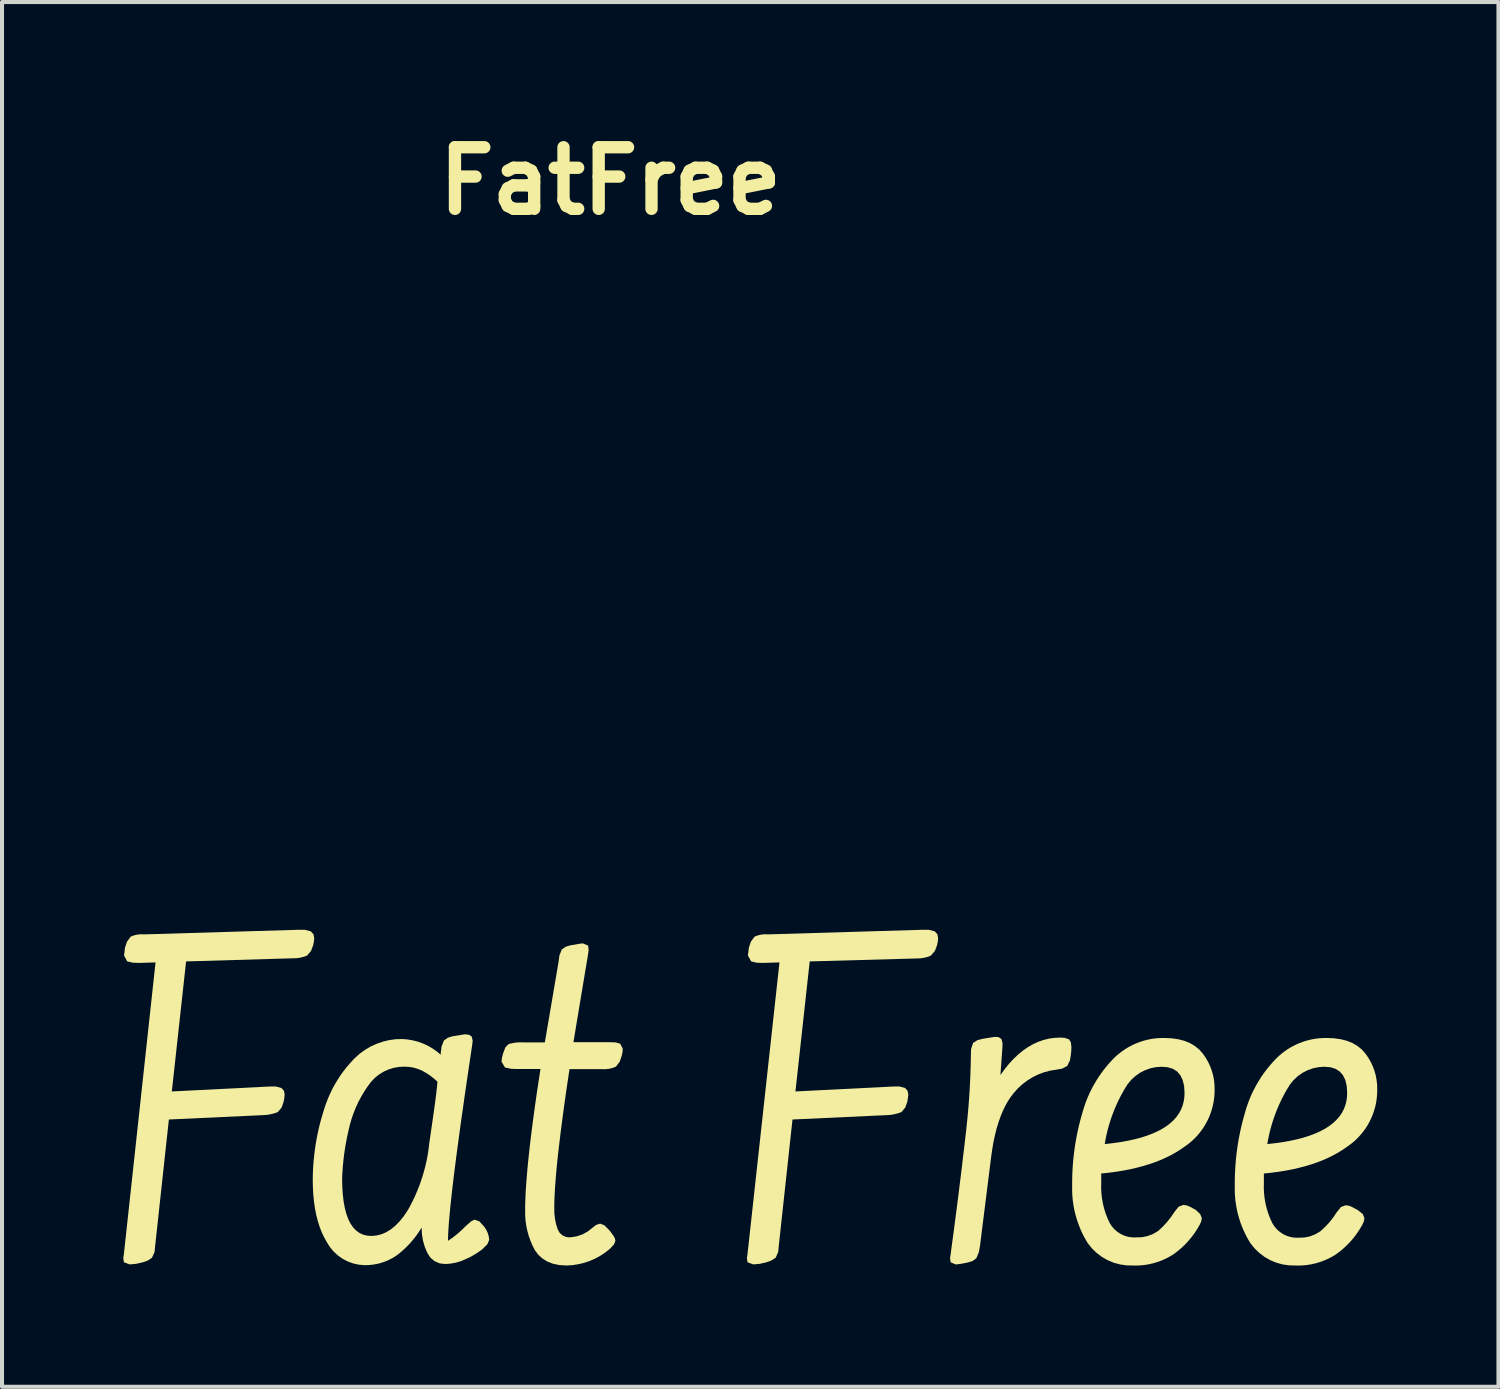
<source format=kicad_pcb>
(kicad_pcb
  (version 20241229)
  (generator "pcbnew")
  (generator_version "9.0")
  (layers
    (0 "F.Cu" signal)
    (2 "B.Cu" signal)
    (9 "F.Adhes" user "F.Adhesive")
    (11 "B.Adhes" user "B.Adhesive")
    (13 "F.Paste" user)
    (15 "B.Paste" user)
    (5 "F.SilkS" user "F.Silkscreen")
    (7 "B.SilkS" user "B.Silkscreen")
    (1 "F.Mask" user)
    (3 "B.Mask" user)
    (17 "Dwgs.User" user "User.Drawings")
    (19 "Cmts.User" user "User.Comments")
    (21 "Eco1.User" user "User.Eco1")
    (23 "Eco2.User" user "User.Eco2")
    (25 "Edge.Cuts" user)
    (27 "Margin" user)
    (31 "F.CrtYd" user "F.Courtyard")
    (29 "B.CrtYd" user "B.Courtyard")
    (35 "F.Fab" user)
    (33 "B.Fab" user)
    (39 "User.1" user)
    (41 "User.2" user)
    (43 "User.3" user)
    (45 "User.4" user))
  (footprint "FatFree"
    (layer "F.Cu")
    (at 12.052 22.839)
    (property "Reference" "FatFree" (at 0 -21.412 0) (layer "F.SilkS") (effects (font (size 1.524 1.524) (thickness 0.305))))
    (attr exclude_from_pos_files exclude_from_bom)
    (fp_poly (pts (xy -7.414 -2.848) (xy -7.347 -2.775) (xy -7.328 -2.678) (xy -7.337 -2.593) (xy -7.353 -2.509) (xy -7.406 -2.365) (xy -7.505 -2.248) (xy -7.592 -2.217) (xy -7.681 -2.195) (xy -7.772 -2.183) (xy -7.864 -2.181) (xy -10.498 -2.104) (xy -10.851 1.113) (xy -8.437 0.991) (xy -8.285 0.989) (xy -8.139 1.028) (xy -8.077 1.096) (xy -8.059 1.186) (xy -8.069 1.278) (xy -8.085 1.369) (xy -8.134 1.51) (xy -8.23 1.624) (xy -8.319 1.655) (xy -8.41 1.678) (xy -8.502 1.693) (xy -8.596 1.699) (xy -10.924 1.807) (xy -11.263 4.93) (xy -11.278 5.085) (xy -11.342 5.228) (xy -11.454 5.3) (xy -11.58 5.343) (xy -11.736 5.378) (xy -11.896 5.392) (xy -12.037 5.338) (xy -12.052 5.237) (xy -12.037 5.136) (xy -11.254 -2.079) (xy -11.656 -2.067) (xy -11.807 -2.071) (xy -11.955 -2.104) (xy -12.033 -2.25) (xy -12.01 -2.445) (xy -11.96 -2.592) (xy -11.869 -2.717) (xy -11.788 -2.748) (xy -11.704 -2.768) (xy -11.617 -2.776) (xy -11.53 -2.773) (xy -7.705 -2.887) (xy -7.557 -2.886) (xy -7.414 -2.848)) (stroke (width 0) (type solid)) (fill yes) (layer "F.SilkS"))
    (fp_poly (pts (xy 8.022 -2.848) (xy 8.089 -2.775) (xy 8.107 -2.678) (xy 8.098 -2.593) (xy 8.082 -2.509) (xy 8.027 -2.363) (xy 7.924 -2.245) (xy 7.837 -2.213) (xy 7.748 -2.192) (xy 7.656 -2.179) (xy 7.564 -2.177) (xy 4.93 -2.104) (xy 4.577 1.113) (xy 6.991 0.991) (xy 7.143 0.989) (xy 7.289 1.028) (xy 7.351 1.096) (xy 7.369 1.186) (xy 7.359 1.278) (xy 7.345 1.369) (xy 7.294 1.51) (xy 7.198 1.624) (xy 7.109 1.655) (xy 7.018 1.678) (xy 6.926 1.693) (xy 6.832 1.699) (xy 4.504 1.807) (xy 4.165 4.93) (xy 4.15 5.085) (xy 4.087 5.228) (xy 3.974 5.299) (xy 3.848 5.343) (xy 3.692 5.378) (xy 3.532 5.392) (xy 3.391 5.338) (xy 3.376 5.237) (xy 3.391 5.136) (xy 4.182 -2.079) (xy 3.779 -2.067) (xy 3.628 -2.071) (xy 3.481 -2.104) (xy 3.401 -2.25) (xy 3.425 -2.445) (xy 3.474 -2.592) (xy 3.566 -2.717) (xy 3.647 -2.748) (xy 3.731 -2.768) (xy 3.818 -2.776) (xy 3.904 -2.773) (xy 7.73 -2.887) (xy 7.878 -2.886) (xy 8.022 -2.848)) (stroke (width 0) (type solid)) (fill yes) (layer "F.SilkS"))
    (fp_poly (pts (xy 9.143 4.931) (xy 9.114 5.091) (xy 9.052 5.241) (xy 8.954 5.31) (xy 8.839 5.345) (xy 8.693 5.374) (xy 8.546 5.394) (xy 8.417 5.34) (xy 8.402 5.239) (xy 8.417 5.138) (xy 8.442 4.948) (xy 8.467 4.762) (xy 8.492 4.579) (xy 8.515 4.399) (xy 8.538 4.223) (xy 8.561 4.05) (xy 8.583 3.88) (xy 8.604 3.713) (xy 8.624 3.549) (xy 8.644 3.389) (xy 8.664 3.232) (xy 8.683 3.078) (xy 8.701 2.928) (xy 8.718 2.78) (xy 8.735 2.636) (xy 8.752 2.496) (xy 8.768 2.358) (xy 8.783 2.224) (xy 8.798 2.099) (xy 8.811 1.975) (xy 8.824 1.85) (xy 8.837 1.725) (xy 8.848 1.601) (xy 8.859 1.476) (xy 8.868 1.351) (xy 8.877 1.226) (xy 8.885 1.101) (xy 8.892 0.975) (xy 8.898 0.85) (xy 8.904 0.725) (xy 8.908 0.6) (xy 8.912 0.475) (xy 8.915 0.349) (xy 8.917 0.224) (xy 8.922 0.065) (xy 8.971 -0.086) (xy 9.082 -0.157) (xy 9.209 -0.189) (xy 9.434 -0.226) (xy 9.526 -0.238) (xy 9.606 -0.229) (xy 9.673 -0.184) (xy 9.701 -0.079) (xy 9.697 0.029) (xy 9.648 0.707) (xy 9.755 0.559) (xy 9.865 0.424) (xy 9.978 0.302) (xy 10.094 0.193) (xy 10.213 0.096) (xy 10.334 0.013) (xy 10.459 -0.058) (xy 10.586 -0.116) (xy 10.716 -0.161) (xy 10.849 -0.194) (xy 10.984 -0.213) (xy 11.123 -0.22) (xy 11.236 -0.213) (xy 11.343 -0.177) (xy 11.389 -0.109) (xy 11.404 0.012) (xy 11.401 0.104) (xy 11.392 0.195) (xy 11.368 0.345) (xy 11.301 0.481) (xy 11.177 0.548) (xy 11.038 0.573) (xy 10.885 0.597) (xy 10.735 0.636) (xy 10.59 0.69) (xy 10.451 0.757) (xy 10.319 0.838) (xy 10.195 0.931) (xy 10.081 1.036) (xy 9.978 1.152) (xy 9.903 1.249) (xy 9.832 1.356) (xy 9.766 1.473) (xy 9.706 1.599) (xy 9.65 1.735) (xy 9.599 1.881) (xy 9.552 2.036) (xy 9.511 2.202) (xy 9.474 2.377) (xy 9.443 2.561) (xy 9.416 2.755) (xy 9.143 4.931)) (stroke (width 0) (type solid)) (fill yes) (layer "F.SilkS"))
    (fp_poly (pts (xy 0.243 -0.067) (xy 0.304 0.055) (xy 0.299 0.14) (xy 0.281 0.224) (xy 0.231 0.374) (xy 0.135 0.5) (xy 0.048 0.533) (xy -0.041 0.554) (xy -0.133 0.563) (xy -0.226 0.561) (xy -1.013 0.561) (xy -1.048 0.795) (xy -1.081 1.021) (xy -1.113 1.241) (xy -1.143 1.454) (xy -1.171 1.659) (xy -1.197 1.857) (xy -1.222 2.049) (xy -1.245 2.233) (xy -1.266 2.41) (xy -1.286 2.58) (xy -1.304 2.742) (xy -1.32 2.898) (xy -1.335 3.047) (xy -1.347 3.188) (xy -1.358 3.323) (xy -1.368 3.45) (xy -1.375 3.57) (xy -1.381 3.683) (xy -1.386 3.789) (xy -1.388 3.888) (xy -1.389 3.98) (xy -1.388 4.119) (xy -1.373 4.258) (xy -1.345 4.395) (xy -1.303 4.528) (xy -1.255 4.612) (xy -1.183 4.676) (xy -1.094 4.715) (xy -0.998 4.723) (xy -0.844 4.7) (xy -0.696 4.651) (xy -0.559 4.576) (xy -0.437 4.479) (xy -0.354 4.415) (xy -0.255 4.383) (xy -0.148 4.425) (xy -0.023 4.552) (xy 0.031 4.621) (xy 0.081 4.693) (xy 0.11 4.748) (xy 0.123 4.809) (xy 0.09 4.894) (xy -0.011 5.004) (xy -0.126 5.096) (xy -0.248 5.177) (xy -0.377 5.247) (xy -0.511 5.306) (xy -0.65 5.353) (xy -0.793 5.387) (xy -0.938 5.41) (xy -1.084 5.419) (xy -1.262 5.408) (xy -1.421 5.375) (xy -1.561 5.321) (xy -1.682 5.247) (xy -1.785 5.153) (xy -1.87 5.04) (xy -1.928 4.926) (xy -1.978 4.808) (xy -2.021 4.687) (xy -2.055 4.564) (xy -2.082 4.438) (xy -2.1 4.312) (xy -2.109 4.184) (xy -2.11 4.056) (xy -2.11 3.952) (xy -2.107 3.842) (xy -2.103 3.725) (xy -2.097 3.603) (xy -2.089 3.474) (xy -2.079 3.338) (xy -2.068 3.197) (xy -2.055 3.049) (xy -2.041 2.895) (xy -2.024 2.735) (xy -2.006 2.568) (xy -1.987 2.395) (xy -1.965 2.216) (xy -1.942 2.031) (xy -1.917 1.839) (xy -1.89 1.641) (xy -1.862 1.437) (xy -1.832 1.227) (xy -1.8 1.01) (xy -1.766 0.787) (xy -1.731 0.558) (xy -2.305 0.558) (xy -2.459 0.553) (xy -2.61 0.52) (xy -2.695 0.375) (xy -2.683 0.276) (xy -2.659 0.18) (xy -2.599 0.022) (xy -2.519 -0.059) (xy -2.427 -0.082) (xy -2.334 -0.097) (xy -2.24 -0.103) (xy -2.146 -0.101) (xy -1.623 -0.101) (xy -1.284 -2.089) (xy -1.263 -2.249) (xy -1.205 -2.399) (xy -1.106 -2.468) (xy -0.991 -2.502) (xy -0.769 -2.54) (xy -0.686 -2.551) (xy -0.553 -2.497) (xy -0.539 -2.391) (xy -0.553 -2.284) (xy -0.578 -2.131) (xy -0.604 -1.977) (xy -0.63 -1.823) (xy -0.655 -1.669) (xy -0.681 -1.514) (xy -0.707 -1.359) (xy -0.733 -1.204) (xy -0.759 -1.048) (xy -0.785 -0.892) (xy -0.811 -0.735) (xy -0.837 -0.578) (xy -0.863 -0.421) (xy -0.889 -0.263) (xy -0.915 -0.105) (xy 0.011 -0.105) (xy 0.13 -0.1) (xy 0.243 -0.067)) (stroke (width 0) (type solid)) (fill yes) (layer "F.SilkS"))
    (fp_poly (pts (xy 14.63 4.247) (xy 14.615 4.33) (xy 14.581 4.406) (xy 14.518 4.515) (xy 14.449 4.62) (xy 14.374 4.721) (xy 14.293 4.817) (xy 14.206 4.909) (xy 14.115 4.995) (xy 14.018 5.075) (xy 13.917 5.15) (xy 13.806 5.215) (xy 13.69 5.272) (xy 13.57 5.321) (xy 13.446 5.359) (xy 13.321 5.389) (xy 13.193 5.409) (xy 13.064 5.419) (xy 12.935 5.419) (xy 12.771 5.416) (xy 12.609 5.393) (xy 12.451 5.35) (xy 12.299 5.287) (xy 12.157 5.205) (xy 12.026 5.106) (xy 11.909 4.992) (xy 11.807 4.864) (xy 11.759 4.784) (xy 11.714 4.702) (xy 11.672 4.619) (xy 11.633 4.534) (xy 11.598 4.447) (xy 11.565 4.36) (xy 11.536 4.271) (xy 11.51 4.182) (xy 11.487 4.091) (xy 11.468 4) (xy 11.452 3.908) (xy 11.439 3.816) (xy 11.43 3.723) (xy 11.424 3.63) (xy 11.422 3.536) (xy 11.423 3.443) (xy 11.423 3.328) (xy 11.425 3.213) (xy 11.429 3.098) (xy 11.436 2.983) (xy 11.444 2.868) (xy 11.455 2.753) (xy 11.468 2.639) (xy 11.483 2.525) (xy 11.5 2.411) (xy 11.52 2.297) (xy 11.541 2.184) (xy 11.565 2.072) (xy 11.59 1.959) (xy 11.618 1.848) (xy 11.648 1.737) (xy 11.68 1.626) (xy 11.708 1.533) (xy 11.738 1.441) (xy 11.771 1.35) (xy 11.807 1.26) (xy 11.846 1.172) (xy 11.888 1.084) (xy 11.932 0.998) (xy 11.98 0.914) (xy 12.029 0.831) (xy 12.082 0.749) (xy 12.137 0.669) (xy 12.194 0.591) (xy 12.254 0.515) (xy 12.316 0.441) (xy 12.38 0.369) (xy 12.447 0.298) (xy 12.51 0.238) (xy 12.576 0.182) (xy 12.645 0.128) (xy 12.716 0.078) (xy 12.79 0.032) (xy 12.866 -0.01) (xy 12.944 -0.049) (xy 13.024 -0.084) (xy 13.105 -0.114) (xy 13.188 -0.141) (xy 13.272 -0.163) (xy 13.357 -0.181) (xy 13.443 -0.195) (xy 13.53 -0.204) (xy 13.617 -0.209) (xy 13.704 -0.21) (xy 13.884 -0.202) (xy 14.049 -0.178) (xy 14.2 -0.139) (xy 14.336 -0.084) (xy 14.456 -0.013) (xy 14.562 0.073) (xy 14.654 0.175) (xy 14.722 0.272) (xy 14.782 0.374) (xy 14.833 0.481) (xy 14.875 0.592) (xy 14.908 0.706) (xy 14.931 0.822) (xy 14.943 0.94) (xy 14.947 1.059) (xy 14.945 1.163) (xy 14.937 1.267) (xy 14.922 1.371) (xy 14.901 1.473) (xy 14.874 1.574) (xy 14.84 1.673) (xy 14.801 1.77) (xy 14.755 1.864) (xy 14.704 1.955) (xy 14.647 2.042) (xy 14.585 2.126) (xy 14.518 2.206) (xy 14.446 2.282) (xy 14.369 2.353) (xy 14.288 2.419) (xy 14.203 2.479) (xy 14.094 2.555) (xy 13.979 2.626) (xy 13.858 2.693) (xy 13.731 2.756) (xy 13.279 2.205) (xy 13.416 2.153) (xy 13.541 2.096) (xy 13.656 2.035) (xy 13.76 1.968) (xy 13.853 1.896) (xy 13.935 1.82) (xy 14.006 1.739) (xy 14.066 1.653) (xy 14.116 1.562) (xy 14.154 1.466) (xy 14.181 1.365) (xy 14.198 1.259) (xy 14.203 1.149) (xy 14.192 0.977) (xy 14.157 0.831) (xy 14.1 0.713) (xy 14.02 0.62) (xy 13.917 0.554) (xy 13.791 0.515) (xy 13.643 0.502) (xy 13.501 0.511) (xy 13.362 0.539) (xy 13.228 0.586) (xy 13.101 0.651) (xy 12.985 0.733) (xy 12.881 0.829) (xy 12.791 0.939) (xy 12.716 1.06) (xy 12.671 1.139) (xy 12.628 1.218) (xy 12.587 1.299) (xy 12.547 1.38) (xy 12.51 1.463) (xy 12.474 1.546) (xy 12.441 1.63) (xy 12.409 1.715) (xy 12.379 1.8) (xy 12.352 1.887) (xy 12.326 1.973) (xy 12.302 2.061) (xy 12.281 2.149) (xy 12.261 2.237) (xy 12.244 2.326) (xy 12.229 2.415) (xy 12.431 2.392) (xy 12.622 2.365) (xy 12.803 2.332) (xy 12.973 2.295) (xy 13.131 2.253) (xy 13.279 2.205) (xy 13.731 2.756) (xy 13.598 2.814) (xy 13.46 2.868) (xy 13.315 2.917) (xy 13.165 2.962) (xy 13.009 3.003) (xy 12.848 3.04) (xy 12.68 3.072) (xy 12.507 3.1) (xy 12.327 3.124) (xy 12.142 3.143) (xy 12.142 3.379) (xy 12.14 3.506) (xy 12.146 3.633) (xy 12.161 3.76) (xy 12.183 3.886) (xy 12.213 4.009) (xy 12.251 4.131) (xy 12.297 4.25) (xy 12.351 4.366) (xy 12.404 4.449) (xy 12.468 4.523) (xy 12.542 4.587) (xy 12.625 4.64) (xy 12.714 4.681) (xy 12.809 4.709) (xy 12.906 4.723) (xy 13.004 4.723) (xy 13.148 4.719) (xy 13.289 4.69) (xy 13.424 4.639) (xy 13.548 4.566) (xy 13.663 4.459) (xy 13.77 4.344) (xy 13.868 4.22) (xy 13.956 4.09) (xy 14.059 3.963) (xy 14.174 3.92) (xy 14.25 3.93) (xy 14.322 3.958) (xy 14.479 4.042) (xy 14.591 4.147) (xy 14.63 4.247)) (stroke (width 0) (type solid)) (fill yes) (layer "F.SilkS"))
    (fp_poly (pts (xy 18.653 4.247) (xy 18.639 4.33) (xy 18.604 4.406) (xy 18.541 4.515) (xy 18.472 4.62) (xy 18.397 4.721) (xy 18.316 4.817) (xy 18.229 4.908) (xy 18.138 4.994) (xy 18.041 5.075) (xy 17.94 5.15) (xy 17.829 5.215) (xy 17.713 5.272) (xy 17.593 5.32) (xy 17.47 5.359) (xy 17.344 5.389) (xy 17.216 5.409) (xy 17.087 5.419) (xy 16.958 5.419) (xy 16.794 5.416) (xy 16.632 5.393) (xy 16.474 5.35) (xy 16.323 5.287) (xy 16.181 5.205) (xy 16.05 5.106) (xy 15.932 4.992) (xy 15.83 4.864) (xy 15.782 4.784) (xy 15.737 4.702) (xy 15.696 4.619) (xy 15.657 4.534) (xy 15.621 4.447) (xy 15.588 4.36) (xy 15.559 4.271) (xy 15.533 4.182) (xy 15.51 4.091) (xy 15.491 4) (xy 15.475 3.908) (xy 15.462 3.816) (xy 15.453 3.723) (xy 15.447 3.63) (xy 15.445 3.536) (xy 15.446 3.443) (xy 15.446 3.328) (xy 15.448 3.213) (xy 15.453 3.098) (xy 15.459 2.983) (xy 15.468 2.868) (xy 15.478 2.753) (xy 15.491 2.639) (xy 15.506 2.525) (xy 15.523 2.411) (xy 15.542 2.298) (xy 15.564 2.185) (xy 15.587 2.072) (xy 15.613 1.96) (xy 15.64 1.848) (xy 15.67 1.737) (xy 15.702 1.626) (xy 15.729 1.533) (xy 15.76 1.441) (xy 15.793 1.35) (xy 15.829 1.26) (xy 15.868 1.172) (xy 15.91 1.084) (xy 15.955 0.998) (xy 16.002 0.914) (xy 16.052 0.831) (xy 16.104 0.749) (xy 16.159 0.669) (xy 16.217 0.591) (xy 16.277 0.515) (xy 16.339 0.441) (xy 16.404 0.369) (xy 16.471 0.298) (xy 16.533 0.238) (xy 16.599 0.182) (xy 16.668 0.128) (xy 16.739 0.078) (xy 16.813 0.032) (xy 16.889 -0.01) (xy 16.967 -0.049) (xy 17.047 -0.084) (xy 17.128 -0.114) (xy 17.211 -0.141) (xy 17.295 -0.163) (xy 17.381 -0.181) (xy 17.467 -0.195) (xy 17.553 -0.204) (xy 17.64 -0.209) (xy 17.727 -0.21) (xy 17.907 -0.202) (xy 18.073 -0.178) (xy 18.223 -0.139) (xy 18.359 -0.084) (xy 18.48 -0.013) (xy 18.586 0.073) (xy 18.677 0.175) (xy 18.745 0.272) (xy 18.805 0.374) (xy 18.856 0.481) (xy 18.898 0.592) (xy 18.931 0.706) (xy 18.953 0.822) (xy 18.967 0.94) (xy 18.97 1.059) (xy 18.968 1.163) (xy 18.96 1.267) (xy 18.946 1.371) (xy 18.925 1.473) (xy 18.897 1.574) (xy 18.864 1.673) (xy 18.824 1.77) (xy 18.779 1.864) (xy 18.727 1.955) (xy 18.671 2.042) (xy 18.608 2.126) (xy 18.541 2.206) (xy 18.469 2.282) (xy 18.392 2.353) (xy 18.311 2.419) (xy 18.226 2.479) (xy 18.117 2.555) (xy 18.002 2.626) (xy 17.881 2.693) (xy 17.754 2.756) (xy 17.301 2.205) (xy 17.438 2.153) (xy 17.564 2.096) (xy 17.679 2.035) (xy 17.783 1.968) (xy 17.876 1.896) (xy 17.958 1.82) (xy 18.029 1.739) (xy 18.09 1.653) (xy 18.139 1.562) (xy 18.177 1.466) (xy 18.205 1.365) (xy 18.221 1.259) (xy 18.226 1.149) (xy 18.215 0.977) (xy 18.181 0.831) (xy 18.123 0.713) (xy 18.043 0.62) (xy 17.94 0.554) (xy 17.814 0.515) (xy 17.666 0.502) (xy 17.524 0.511) (xy 17.385 0.539) (xy 17.251 0.586) (xy 17.124 0.651) (xy 17.007 0.733) (xy 16.903 0.829) (xy 16.813 0.939) (xy 16.738 1.06) (xy 16.693 1.139) (xy 16.65 1.219) (xy 16.609 1.299) (xy 16.57 1.381) (xy 16.532 1.463) (xy 16.497 1.546) (xy 16.463 1.631) (xy 16.432 1.715) (xy 16.402 1.801) (xy 16.374 1.887) (xy 16.349 1.974) (xy 16.325 2.061) (xy 16.303 2.149) (xy 16.284 2.237) (xy 16.266 2.326) (xy 16.25 2.415) (xy 16.453 2.392) (xy 16.644 2.365) (xy 16.825 2.332) (xy 16.995 2.295) (xy 17.154 2.253) (xy 17.301 2.205) (xy 17.754 2.756) (xy 17.622 2.814) (xy 17.483 2.868) (xy 17.339 2.917) (xy 17.189 2.962) (xy 17.033 3.003) (xy 16.871 3.04) (xy 16.703 3.072) (xy 16.53 3.1) (xy 16.351 3.124) (xy 16.166 3.143) (xy 16.166 3.379) (xy 16.164 3.506) (xy 16.17 3.633) (xy 16.184 3.76) (xy 16.206 3.885) (xy 16.236 4.009) (xy 16.274 4.131) (xy 16.319 4.25) (xy 16.372 4.366) (xy 16.424 4.449) (xy 16.488 4.524) (xy 16.561 4.589) (xy 16.643 4.643) (xy 16.731 4.685) (xy 16.824 4.714) (xy 16.921 4.73) (xy 17.019 4.732) (xy 17.163 4.727) (xy 17.303 4.699) (xy 17.437 4.647) (xy 17.561 4.574) (xy 17.677 4.468) (xy 17.785 4.353) (xy 17.883 4.229) (xy 17.971 4.098) (xy 18.074 3.971) (xy 18.189 3.929) (xy 18.265 3.939) (xy 18.337 3.966) (xy 18.494 4.051) (xy 18.614 4.148) (xy 18.653 4.247)) (stroke (width 0) (type solid)) (fill yes) (layer "F.SilkS"))
    (fp_poly (pts (xy -3.121 4.461) (xy -3.073 4.534) (xy -3.036 4.613) (xy -3.011 4.697) (xy -2.999 4.784) (xy -3.044 4.893) (xy -3.177 5.023) (xy -3.278 5.095) (xy -3.382 5.161) (xy -3.491 5.22) (xy -3.604 5.272) (xy -3.719 5.318) (xy -3.839 5.352) (xy -3.961 5.373) (xy -4.085 5.382) (xy -4.222 5.367) (xy -4.35 5.313) (xy -4.455 5.224) (xy -4.53 5.108) (xy -4.593 4.958) (xy -4.638 4.802) (xy -4.664 4.642) (xy -4.671 4.479) (xy -4.733 4.579) (xy -4.8 4.676) (xy -4.873 4.769) (xy -4.949 4.859) (xy -5.03 4.944) (xy -5.115 5.026) (xy -5.204 5.103) (xy -5.297 5.175) (xy -5.386 5.231) (xy -5.478 5.279) (xy -5.574 5.32) (xy -5.673 5.354) (xy -5.774 5.38) (xy -5.877 5.398) (xy -5.98 5.408) (xy -6.085 5.411) (xy -6.228 5.398) (xy -6.367 5.367) (xy -6.502 5.318) (xy -6.629 5.251) (xy -6.746 5.168) (xy -6.851 5.071) (xy -6.942 4.96) (xy -7.018 4.838) (xy -7.083 4.722) (xy -7.142 4.597) (xy -7.194 4.463) (xy -7.239 4.321) (xy -7.278 4.17) (xy -7.309 4.011) (xy -7.333 3.844) (xy -7.351 3.668) (xy -7.361 3.483) (xy -7.365 3.291) (xy -7.363 3.182) (xy -7.359 3.073) (xy -7.353 2.964) (xy -7.345 2.856) (xy -7.335 2.747) (xy -7.323 2.639) (xy -7.309 2.531) (xy -7.293 2.423) (xy -7.275 2.316) (xy -7.254 2.209) (xy -7.232 2.102) (xy -7.208 1.996) (xy -7.182 1.891) (xy -7.153 1.785) (xy -7.123 1.681) (xy -7.091 1.577) (xy -7.062 1.487) (xy -7.031 1.399) (xy -6.997 1.311) (xy -6.961 1.225) (xy -6.922 1.139) (xy -6.881 1.055) (xy -6.837 0.972) (xy -6.79 0.891) (xy -6.741 0.811) (xy -6.69 0.732) (xy -6.636 0.655) (xy -6.58 0.58) (xy -6.522 0.506) (xy -6.461 0.435) (xy -6.398 0.365) (xy -6.334 0.297) (xy -6.212 0.186) (xy -6.08 0.089) (xy -5.939 0.005) (xy -5.79 -0.064) (xy -5.635 -0.118) (xy -5.475 -0.157) (xy -5.312 -0.179) (xy -5.148 -0.184) (xy -5.018 -0.173) (xy -4.889 -0.151) (xy -4.762 -0.118) (xy -4.639 -0.074) (xy -4.52 -0.019) (xy -4.406 0.046) (xy -4.299 0.121) (xy -4.198 0.205) (xy -4.198 0.161) (xy -4.178 0.001) (xy -4.119 -0.149) (xy -4.02 -0.217) (xy -3.905 -0.252) (xy -3.68 -0.289) (xy -3.589 -0.301) (xy -3.488 -0.286) (xy -3.43 -0.24) (xy -3.408 -0.137) (xy -3.421 -0.032) (xy -3.461 0.238) (xy -3.5 0.5) (xy -3.538 0.755) (xy -3.574 1.003) (xy -3.609 1.243) (xy -3.642 1.476) (xy -3.674 1.701) (xy -3.705 1.92) (xy -3.734 2.131) (xy -3.761 2.334) (xy -4.28 0.871) (xy -4.368 0.792) (xy -4.462 0.719) (xy -4.561 0.654) (xy -4.664 0.596) (xy -4.768 0.554) (xy -4.875 0.523) (xy -4.986 0.505) (xy -5.097 0.5) (xy -5.23 0.506) (xy -5.361 0.529) (xy -5.488 0.568) (xy -5.609 0.623) (xy -5.722 0.692) (xy -5.826 0.775) (xy -5.918 0.87) (xy -5.998 0.976) (xy -6.083 1.102) (xy -6.161 1.233) (xy -6.233 1.367) (xy -6.297 1.505) (xy -6.354 1.647) (xy -6.404 1.79) (xy -6.446 1.937) (xy -6.481 2.085) (xy -6.513 2.23) (xy -6.542 2.376) (xy -6.567 2.522) (xy -6.588 2.669) (xy -6.606 2.816) (xy -6.62 2.964) (xy -6.631 3.112) (xy -6.638 3.26) (xy -6.634 3.471) (xy -6.621 3.666) (xy -6.6 3.843) (xy -6.57 4.003) (xy -6.532 4.147) (xy -6.485 4.274) (xy -6.43 4.383) (xy -6.366 4.476) (xy -6.293 4.552) (xy -6.213 4.612) (xy -6.123 4.654) (xy -6.025 4.679) (xy -5.919 4.688) (xy -5.793 4.678) (xy -5.671 4.648) (xy -5.552 4.598) (xy -5.437 4.528) (xy -5.325 4.438) (xy -5.217 4.328) (xy -5.112 4.198) (xy -5.011 4.047) (xy -4.958 3.951) (xy -4.907 3.852) (xy -4.858 3.753) (xy -4.813 3.652) (xy -4.77 3.55) (xy -4.729 3.447) (xy -4.692 3.342) (xy -4.657 3.237) (xy -4.625 3.131) (xy -4.595 3.025) (xy -4.569 2.917) (xy -4.545 2.809) (xy -4.524 2.7) (xy -4.507 2.591) (xy -4.492 2.481) (xy -4.479 2.371) (xy -4.442 2.121) (xy -4.409 1.893) (xy -4.379 1.684) (xy -4.353 1.497) (xy -4.331 1.33) (xy -4.312 1.184) (xy -4.298 1.059) (xy -4.287 0.955) (xy -4.28 0.871) (xy -3.761 2.334) (xy -3.788 2.531) (xy -3.813 2.72) (xy -3.836 2.901) (xy -3.858 3.075) (xy -3.879 3.242) (xy -3.898 3.402) (xy -3.916 3.554) (xy -3.932 3.699) (xy -3.947 3.837) (xy -3.961 3.967) (xy -3.973 4.09) (xy -3.983 4.206) (xy -3.993 4.314) (xy -4.001 4.415) (xy -4.007 4.508) (xy -4.012 4.595) (xy -4.016 4.674) (xy -4.018 4.745) (xy -4.019 4.809) (xy -3.902 4.728) (xy -3.789 4.639) (xy -3.682 4.544) (xy -3.58 4.444) (xy -3.445 4.324) (xy -3.36 4.285) (xy -3.241 4.329) (xy -3.121 4.461)) (stroke (width 0) (type solid)) (fill yes) (layer "F.SilkS")))
  (gr_rect
    (start -3 -3)
    (end 34.021 31.258)
    (stroke (width 0.1) (type default))
    (fill no)
    (layer "Edge.Cuts")))
</source>
